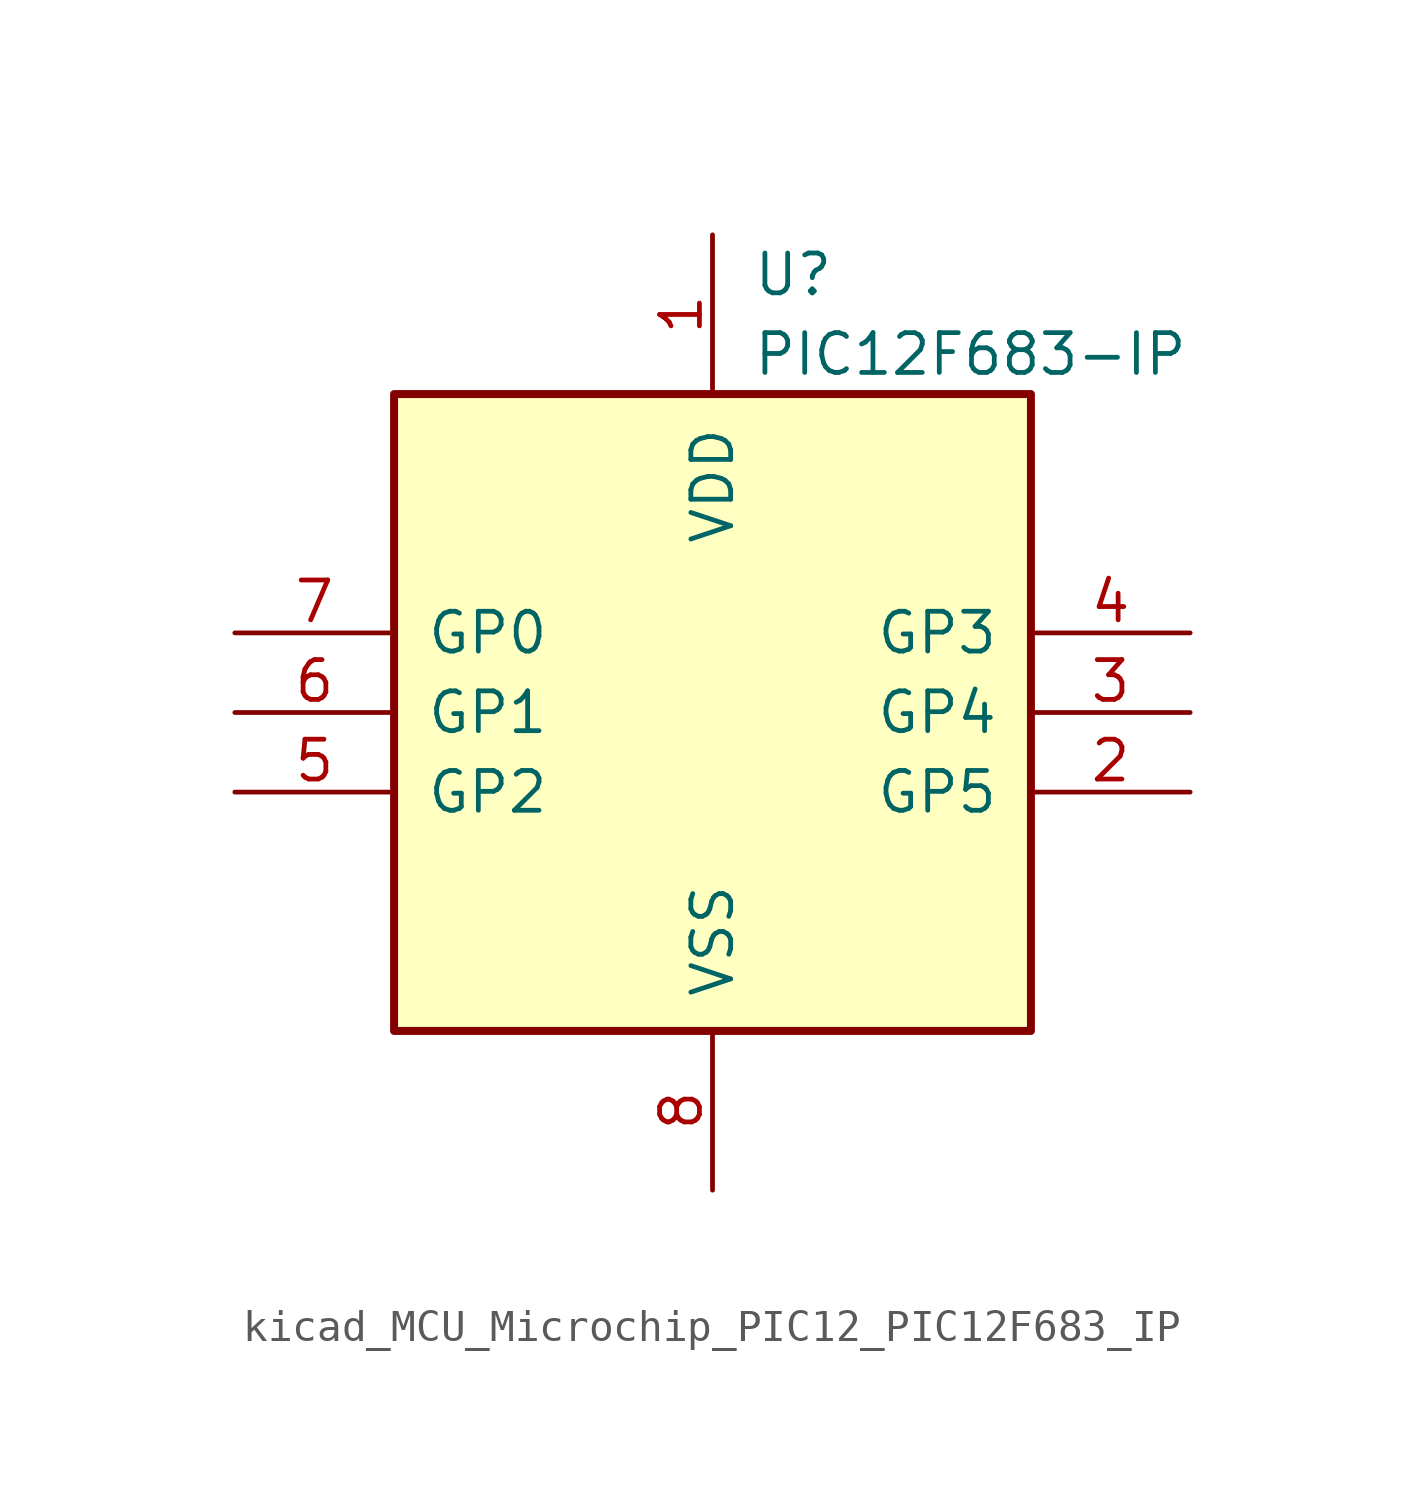
<source format=kicad_sym>
(kicad_symbol_lib
  (version 20220914)
  (generator kicad_symbol_editor)
  (symbol "kicad_MCU_Microchip_PIC12_PIC12F683_IP"
    (pin_names
      (offset 1.016))
    (property "Reference" "U"
      (at 1.27 13.97 0)
      (effects (font (size 1.27 1.27)) (justify left)))
    (property "Value" "PIC12F683-IP"
      (at 1.27 11.43 0)
      (effects (font (size 1.27 1.27)) (justify left)))
    (symbol "kicad_MCU_Microchip_PIC12_PIC12F683_IP_0_1"
      (rectangle (start 10.16 -10.16) (end -10.16 10.16) (stroke (width 0.254) (type default)) (fill (type background))))
    (symbol "kicad_MCU_Microchip_PIC12_PIC12F683_IP_1_1"
      (pin power_in line (at 0 15.24 270) (length 5.08) (name "VDD" (effects (font (size 1.27 1.27)))) (number "1" (effects (font (size 1.27 1.27)))))
      (pin bidirectional line (at 15.24 -2.54 180) (length 5.08) (name "GP5" (effects (font (size 1.27 1.27)))) (number "2" (effects (font (size 1.27 1.27)))))
      (pin bidirectional line (at 15.24 0 180) (length 5.08) (name "GP4" (effects (font (size 1.27 1.27)))) (number "3" (effects (font (size 1.27 1.27)))))
      (pin input line (at 15.24 2.54 180) (length 5.08) (name "GP3" (effects (font (size 1.27 1.27)))) (number "4" (effects (font (size 1.27 1.27)))))
      (pin bidirectional line (at -15.24 -2.54 0) (length 5.08) (name "GP2" (effects (font (size 1.27 1.27)))) (number "5" (effects (font (size 1.27 1.27)))))
      (pin bidirectional line (at -15.24 0 0) (length 5.08) (name "GP1" (effects (font (size 1.27 1.27)))) (number "6" (effects (font (size 1.27 1.27)))))
      (pin bidirectional line (at -15.24 2.54 0) (length 5.08) (name "GP0" (effects (font (size 1.27 1.27)))) (number "7" (effects (font (size 1.27 1.27)))))
      (pin power_in line (at 0 -15.24 90) (length 5.08) (name "VSS" (effects (font (size 1.27 1.27)))) (number "8" (effects (font (size 1.27 1.27))))))))
</source>
